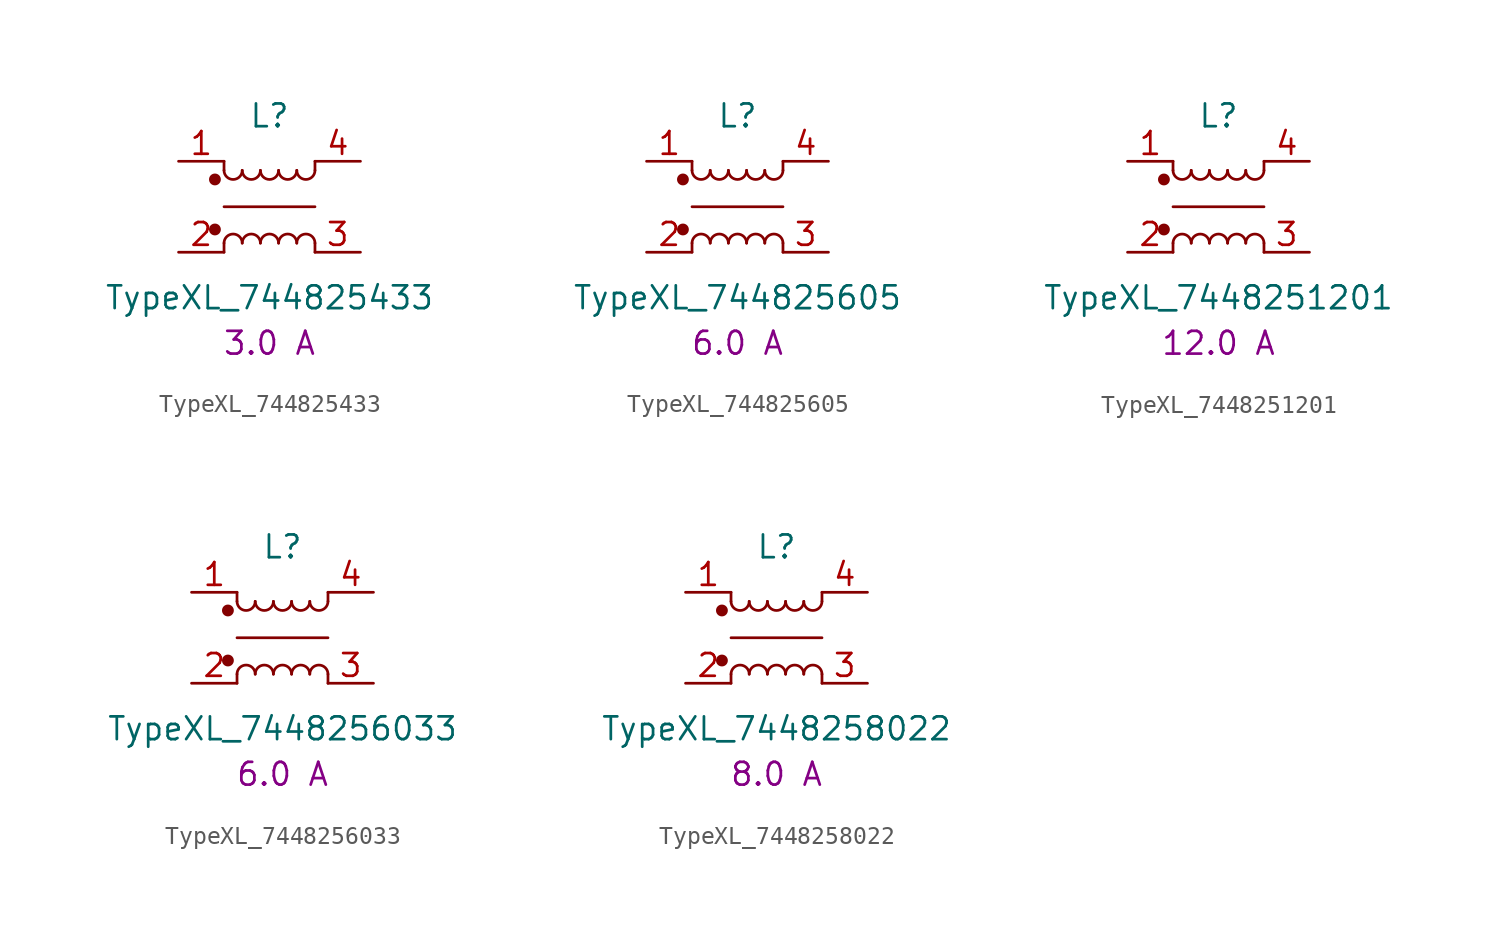
<source format=kicad_sym>
(kicad_symbol_lib
  (version 20220914)
  (generator kicad_symbol_editor)
  (symbol "TypeXL_744825433"
    (pin_names hide)
    (property "Reference" "L"
      (at 0 5.08 0)
      (effects (font (size 1.27 1.27))))
    (property "Value" "TypeXL_744825433"
      (at 0 -5.08 0)
      (effects (font (size 1.27 1.27))))
    (property "Critical Parameter" "3.0 A"
      (at 0 -7.62 0)
      (effects (font (size 1.27 1.27))))
    (symbol "TypeXL_744825433_0_1"
      (circle (center -3.048 -1.27) (radius 0.254) (stroke (width 0) (type default)) (fill (type outline)))
      (circle (center -3.048 1.524) (radius 0.254) (stroke (width 0) (type default)) (fill (type outline)))
      (arc (start -2.54 2.032) (mid -2.032 1.5262) (end -1.524 2.032) (stroke (width 0) (type default)) (fill (type none)))
      (arc (start -1.524 -2.032) (mid -2.032 -1.5262) (end -2.54 -2.032) (stroke (width 0) (type default)) (fill (type none)))
      (arc (start -1.524 2.032) (mid -1.016 1.5262) (end -0.508 2.032) (stroke (width 0) (type default)) (fill (type none)))
      (arc (start -0.508 -2.032) (mid -1.016 -1.5262) (end -1.524 -2.032) (stroke (width 0) (type default)) (fill (type none)))
      (arc (start -0.508 2.032) (mid 0 1.5262) (end 0.508 2.032) (stroke (width 0) (type default)) (fill (type none)))
      (polyline (pts (xy -2.54 -2.032) (xy -2.54 -2.54)) (stroke (width 0) (type default)) (fill (type none)))
      (polyline (pts (xy -2.54 2.032) (xy -2.54 2.54)) (stroke (width 0) (type default)) (fill (type none)))
      (polyline (pts (xy 2.54 -2.032) (xy 2.54 -2.54)) (stroke (width 0) (type default)) (fill (type none)))
      (polyline (pts (xy 2.54 0) (xy -2.54 0)) (stroke (width 0) (type default)) (fill (type none)))
      (polyline (pts (xy 2.54 2.54) (xy 2.54 2.032)) (stroke (width 0) (type default)) (fill (type none)))
      (arc (start 0.508 -2.032) (mid 0 -1.5262) (end -0.508 -2.032) (stroke (width 0) (type default)) (fill (type none)))
      (arc (start 0.508 2.032) (mid 1.016 1.5262) (end 1.524 2.032) (stroke (width 0) (type default)) (fill (type none)))
      (arc (start 1.524 -2.032) (mid 1.016 -1.5262) (end 0.508 -2.032) (stroke (width 0) (type default)) (fill (type none)))
      (arc (start 1.524 2.032) (mid 2.032 1.5262) (end 2.54 2.032) (stroke (width 0) (type default)) (fill (type none)))
      (arc (start 2.54 -2.032) (mid 2.032 -1.5262) (end 1.524 -2.032) (stroke (width 0) (type default)) (fill (type none))))
    (symbol "TypeXL_744825433_1_1"
      (pin passive line (at -5.08 2.54 0) (length 2.54) (name "1" (effects (font (size 1.27 1.27)))) (number "1" (effects (font (size 1.27 1.27)))))
      (pin passive line (at -5.08 -2.54 0) (length 2.54) (name "2" (effects (font (size 1.27 1.27)))) (number "2" (effects (font (size 1.27 1.27)))))
      (pin passive line (at 5.08 -2.54 180) (length 2.54) (name "3" (effects (font (size 1.27 1.27)))) (number "3" (effects (font (size 1.27 1.27)))))
      (pin passive line (at 5.08 2.54 180) (length 2.54) (name "4" (effects (font (size 1.27 1.27)))) (number "4" (effects (font (size 1.27 1.27)))))))
  (symbol "TypeXL_744825605"
    (pin_names hide)
    (property "Reference" "L"
      (at 0 5.08 0)
      (effects (font (size 1.27 1.27))))
    (property "Value" "TypeXL_744825605"
      (at 0 -5.08 0)
      (effects (font (size 1.27 1.27))))
    (property "Critical Parameter" "6.0 A"
      (at 0 -7.62 0)
      (effects (font (size 1.27 1.27))))
    (symbol "TypeXL_744825605_0_1"
      (circle (center -3.048 -1.27) (radius 0.254) (stroke (width 0) (type default)) (fill (type outline)))
      (circle (center -3.048 1.524) (radius 0.254) (stroke (width 0) (type default)) (fill (type outline)))
      (arc (start -2.54 2.032) (mid -2.032 1.5262) (end -1.524 2.032) (stroke (width 0) (type default)) (fill (type none)))
      (arc (start -1.524 -2.032) (mid -2.032 -1.5262) (end -2.54 -2.032) (stroke (width 0) (type default)) (fill (type none)))
      (arc (start -1.524 2.032) (mid -1.016 1.5262) (end -0.508 2.032) (stroke (width 0) (type default)) (fill (type none)))
      (arc (start -0.508 -2.032) (mid -1.016 -1.5262) (end -1.524 -2.032) (stroke (width 0) (type default)) (fill (type none)))
      (arc (start -0.508 2.032) (mid 0 1.5262) (end 0.508 2.032) (stroke (width 0) (type default)) (fill (type none)))
      (polyline (pts (xy -2.54 -2.032) (xy -2.54 -2.54)) (stroke (width 0) (type default)) (fill (type none)))
      (polyline (pts (xy -2.54 2.032) (xy -2.54 2.54)) (stroke (width 0) (type default)) (fill (type none)))
      (polyline (pts (xy 2.54 -2.032) (xy 2.54 -2.54)) (stroke (width 0) (type default)) (fill (type none)))
      (polyline (pts (xy 2.54 0) (xy -2.54 0)) (stroke (width 0) (type default)) (fill (type none)))
      (polyline (pts (xy 2.54 2.54) (xy 2.54 2.032)) (stroke (width 0) (type default)) (fill (type none)))
      (arc (start 0.508 -2.032) (mid 0 -1.5262) (end -0.508 -2.032) (stroke (width 0) (type default)) (fill (type none)))
      (arc (start 0.508 2.032) (mid 1.016 1.5262) (end 1.524 2.032) (stroke (width 0) (type default)) (fill (type none)))
      (arc (start 1.524 -2.032) (mid 1.016 -1.5262) (end 0.508 -2.032) (stroke (width 0) (type default)) (fill (type none)))
      (arc (start 1.524 2.032) (mid 2.032 1.5262) (end 2.54 2.032) (stroke (width 0) (type default)) (fill (type none)))
      (arc (start 2.54 -2.032) (mid 2.032 -1.5262) (end 1.524 -2.032) (stroke (width 0) (type default)) (fill (type none))))
    (symbol "TypeXL_744825605_1_1"
      (pin passive line (at -5.08 2.54 0) (length 2.54) (name "1" (effects (font (size 1.27 1.27)))) (number "1" (effects (font (size 1.27 1.27)))))
      (pin passive line (at -5.08 -2.54 0) (length 2.54) (name "2" (effects (font (size 1.27 1.27)))) (number "2" (effects (font (size 1.27 1.27)))))
      (pin passive line (at 5.08 -2.54 180) (length 2.54) (name "3" (effects (font (size 1.27 1.27)))) (number "3" (effects (font (size 1.27 1.27)))))
      (pin passive line (at 5.08 2.54 180) (length 2.54) (name "4" (effects (font (size 1.27 1.27)))) (number "4" (effects (font (size 1.27 1.27)))))))
  (symbol "TypeXL_7448251201"
    (pin_names hide)
    (property "Reference" "L"
      (at 0 5.08 0)
      (effects (font (size 1.27 1.27))))
    (property "Value" "TypeXL_7448251201"
      (at 0 -5.08 0)
      (effects (font (size 1.27 1.27))))
    (property "Critical Parameter" "12.0 A"
      (at 0 -7.62 0)
      (effects (font (size 1.27 1.27))))
    (symbol "TypeXL_7448251201_0_1"
      (circle (center -3.048 -1.27) (radius 0.254) (stroke (width 0) (type default)) (fill (type outline)))
      (circle (center -3.048 1.524) (radius 0.254) (stroke (width 0) (type default)) (fill (type outline)))
      (arc (start -2.54 2.032) (mid -2.032 1.5262) (end -1.524 2.032) (stroke (width 0) (type default)) (fill (type none)))
      (arc (start -1.524 -2.032) (mid -2.032 -1.5262) (end -2.54 -2.032) (stroke (width 0) (type default)) (fill (type none)))
      (arc (start -1.524 2.032) (mid -1.016 1.5262) (end -0.508 2.032) (stroke (width 0) (type default)) (fill (type none)))
      (arc (start -0.508 -2.032) (mid -1.016 -1.5262) (end -1.524 -2.032) (stroke (width 0) (type default)) (fill (type none)))
      (arc (start -0.508 2.032) (mid 0 1.5262) (end 0.508 2.032) (stroke (width 0) (type default)) (fill (type none)))
      (polyline (pts (xy -2.54 -2.032) (xy -2.54 -2.54)) (stroke (width 0) (type default)) (fill (type none)))
      (polyline (pts (xy -2.54 2.032) (xy -2.54 2.54)) (stroke (width 0) (type default)) (fill (type none)))
      (polyline (pts (xy 2.54 -2.032) (xy 2.54 -2.54)) (stroke (width 0) (type default)) (fill (type none)))
      (polyline (pts (xy 2.54 0) (xy -2.54 0)) (stroke (width 0) (type default)) (fill (type none)))
      (polyline (pts (xy 2.54 2.54) (xy 2.54 2.032)) (stroke (width 0) (type default)) (fill (type none)))
      (arc (start 0.508 -2.032) (mid 0 -1.5262) (end -0.508 -2.032) (stroke (width 0) (type default)) (fill (type none)))
      (arc (start 0.508 2.032) (mid 1.016 1.5262) (end 1.524 2.032) (stroke (width 0) (type default)) (fill (type none)))
      (arc (start 1.524 -2.032) (mid 1.016 -1.5262) (end 0.508 -2.032) (stroke (width 0) (type default)) (fill (type none)))
      (arc (start 1.524 2.032) (mid 2.032 1.5262) (end 2.54 2.032) (stroke (width 0) (type default)) (fill (type none)))
      (arc (start 2.54 -2.032) (mid 2.032 -1.5262) (end 1.524 -2.032) (stroke (width 0) (type default)) (fill (type none))))
    (symbol "TypeXL_7448251201_1_1"
      (pin passive line (at -5.08 2.54 0) (length 2.54) (name "1" (effects (font (size 1.27 1.27)))) (number "1" (effects (font (size 1.27 1.27)))))
      (pin passive line (at -5.08 -2.54 0) (length 2.54) (name "2" (effects (font (size 1.27 1.27)))) (number "2" (effects (font (size 1.27 1.27)))))
      (pin passive line (at 5.08 -2.54 180) (length 2.54) (name "3" (effects (font (size 1.27 1.27)))) (number "3" (effects (font (size 1.27 1.27)))))
      (pin passive line (at 5.08 2.54 180) (length 2.54) (name "4" (effects (font (size 1.27 1.27)))) (number "4" (effects (font (size 1.27 1.27)))))))
  (symbol "TypeXL_7448256033"
    (pin_names hide)
    (property "Reference" "L"
      (at 0 5.08 0)
      (effects (font (size 1.27 1.27))))
    (property "Value" "TypeXL_7448256033"
      (at 0 -5.08 0)
      (effects (font (size 1.27 1.27))))
    (property "Critical Parameter" "6.0 A"
      (at 0 -7.62 0)
      (effects (font (size 1.27 1.27))))
    (symbol "TypeXL_7448256033_0_1"
      (circle (center -3.048 -1.27) (radius 0.254) (stroke (width 0) (type default)) (fill (type outline)))
      (circle (center -3.048 1.524) (radius 0.254) (stroke (width 0) (type default)) (fill (type outline)))
      (arc (start -2.54 2.032) (mid -2.032 1.5262) (end -1.524 2.032) (stroke (width 0) (type default)) (fill (type none)))
      (arc (start -1.524 -2.032) (mid -2.032 -1.5262) (end -2.54 -2.032) (stroke (width 0) (type default)) (fill (type none)))
      (arc (start -1.524 2.032) (mid -1.016 1.5262) (end -0.508 2.032) (stroke (width 0) (type default)) (fill (type none)))
      (arc (start -0.508 -2.032) (mid -1.016 -1.5262) (end -1.524 -2.032) (stroke (width 0) (type default)) (fill (type none)))
      (arc (start -0.508 2.032) (mid 0 1.5262) (end 0.508 2.032) (stroke (width 0) (type default)) (fill (type none)))
      (polyline (pts (xy -2.54 -2.032) (xy -2.54 -2.54)) (stroke (width 0) (type default)) (fill (type none)))
      (polyline (pts (xy -2.54 2.032) (xy -2.54 2.54)) (stroke (width 0) (type default)) (fill (type none)))
      (polyline (pts (xy 2.54 -2.032) (xy 2.54 -2.54)) (stroke (width 0) (type default)) (fill (type none)))
      (polyline (pts (xy 2.54 0) (xy -2.54 0)) (stroke (width 0) (type default)) (fill (type none)))
      (polyline (pts (xy 2.54 2.54) (xy 2.54 2.032)) (stroke (width 0) (type default)) (fill (type none)))
      (arc (start 0.508 -2.032) (mid 0 -1.5262) (end -0.508 -2.032) (stroke (width 0) (type default)) (fill (type none)))
      (arc (start 0.508 2.032) (mid 1.016 1.5262) (end 1.524 2.032) (stroke (width 0) (type default)) (fill (type none)))
      (arc (start 1.524 -2.032) (mid 1.016 -1.5262) (end 0.508 -2.032) (stroke (width 0) (type default)) (fill (type none)))
      (arc (start 1.524 2.032) (mid 2.032 1.5262) (end 2.54 2.032) (stroke (width 0) (type default)) (fill (type none)))
      (arc (start 2.54 -2.032) (mid 2.032 -1.5262) (end 1.524 -2.032) (stroke (width 0) (type default)) (fill (type none))))
    (symbol "TypeXL_7448256033_1_1"
      (pin passive line (at -5.08 2.54 0) (length 2.54) (name "1" (effects (font (size 1.27 1.27)))) (number "1" (effects (font (size 1.27 1.27)))))
      (pin passive line (at -5.08 -2.54 0) (length 2.54) (name "2" (effects (font (size 1.27 1.27)))) (number "2" (effects (font (size 1.27 1.27)))))
      (pin passive line (at 5.08 -2.54 180) (length 2.54) (name "3" (effects (font (size 1.27 1.27)))) (number "3" (effects (font (size 1.27 1.27)))))
      (pin passive line (at 5.08 2.54 180) (length 2.54) (name "4" (effects (font (size 1.27 1.27)))) (number "4" (effects (font (size 1.27 1.27)))))))
  (symbol "TypeXL_7448258022"
    (pin_names hide)
    (property "Reference" "L"
      (at 0 5.08 0)
      (effects (font (size 1.27 1.27))))
    (property "Value" "TypeXL_7448258022"
      (at 0 -5.08 0)
      (effects (font (size 1.27 1.27))))
    (property "Critical Parameter" "8.0 A"
      (at 0 -7.62 0)
      (effects (font (size 1.27 1.27))))
    (symbol "TypeXL_7448258022_0_1"
      (circle (center -3.048 -1.27) (radius 0.254) (stroke (width 0) (type default)) (fill (type outline)))
      (circle (center -3.048 1.524) (radius 0.254) (stroke (width 0) (type default)) (fill (type outline)))
      (arc (start -2.54 2.032) (mid -2.032 1.5262) (end -1.524 2.032) (stroke (width 0) (type default)) (fill (type none)))
      (arc (start -1.524 -2.032) (mid -2.032 -1.5262) (end -2.54 -2.032) (stroke (width 0) (type default)) (fill (type none)))
      (arc (start -1.524 2.032) (mid -1.016 1.5262) (end -0.508 2.032) (stroke (width 0) (type default)) (fill (type none)))
      (arc (start -0.508 -2.032) (mid -1.016 -1.5262) (end -1.524 -2.032) (stroke (width 0) (type default)) (fill (type none)))
      (arc (start -0.508 2.032) (mid 0 1.5262) (end 0.508 2.032) (stroke (width 0) (type default)) (fill (type none)))
      (polyline (pts (xy -2.54 -2.032) (xy -2.54 -2.54)) (stroke (width 0) (type default)) (fill (type none)))
      (polyline (pts (xy -2.54 2.032) (xy -2.54 2.54)) (stroke (width 0) (type default)) (fill (type none)))
      (polyline (pts (xy 2.54 -2.032) (xy 2.54 -2.54)) (stroke (width 0) (type default)) (fill (type none)))
      (polyline (pts (xy 2.54 0) (xy -2.54 0)) (stroke (width 0) (type default)) (fill (type none)))
      (polyline (pts (xy 2.54 2.54) (xy 2.54 2.032)) (stroke (width 0) (type default)) (fill (type none)))
      (arc (start 0.508 -2.032) (mid 0 -1.5262) (end -0.508 -2.032) (stroke (width 0) (type default)) (fill (type none)))
      (arc (start 0.508 2.032) (mid 1.016 1.5262) (end 1.524 2.032) (stroke (width 0) (type default)) (fill (type none)))
      (arc (start 1.524 -2.032) (mid 1.016 -1.5262) (end 0.508 -2.032) (stroke (width 0) (type default)) (fill (type none)))
      (arc (start 1.524 2.032) (mid 2.032 1.5262) (end 2.54 2.032) (stroke (width 0) (type default)) (fill (type none)))
      (arc (start 2.54 -2.032) (mid 2.032 -1.5262) (end 1.524 -2.032) (stroke (width 0) (type default)) (fill (type none))))
    (symbol "TypeXL_7448258022_1_1"
      (pin passive line (at -5.08 2.54 0) (length 2.54) (name "1" (effects (font (size 1.27 1.27)))) (number "1" (effects (font (size 1.27 1.27)))))
      (pin passive line (at -5.08 -2.54 0) (length 2.54) (name "2" (effects (font (size 1.27 1.27)))) (number "2" (effects (font (size 1.27 1.27)))))
      (pin passive line (at 5.08 -2.54 180) (length 2.54) (name "3" (effects (font (size 1.27 1.27)))) (number "3" (effects (font (size 1.27 1.27)))))
      (pin passive line (at 5.08 2.54 180) (length 2.54) (name "4" (effects (font (size 1.27 1.27)))) (number "4" (effects (font (size 1.27 1.27))))))))
</source>
